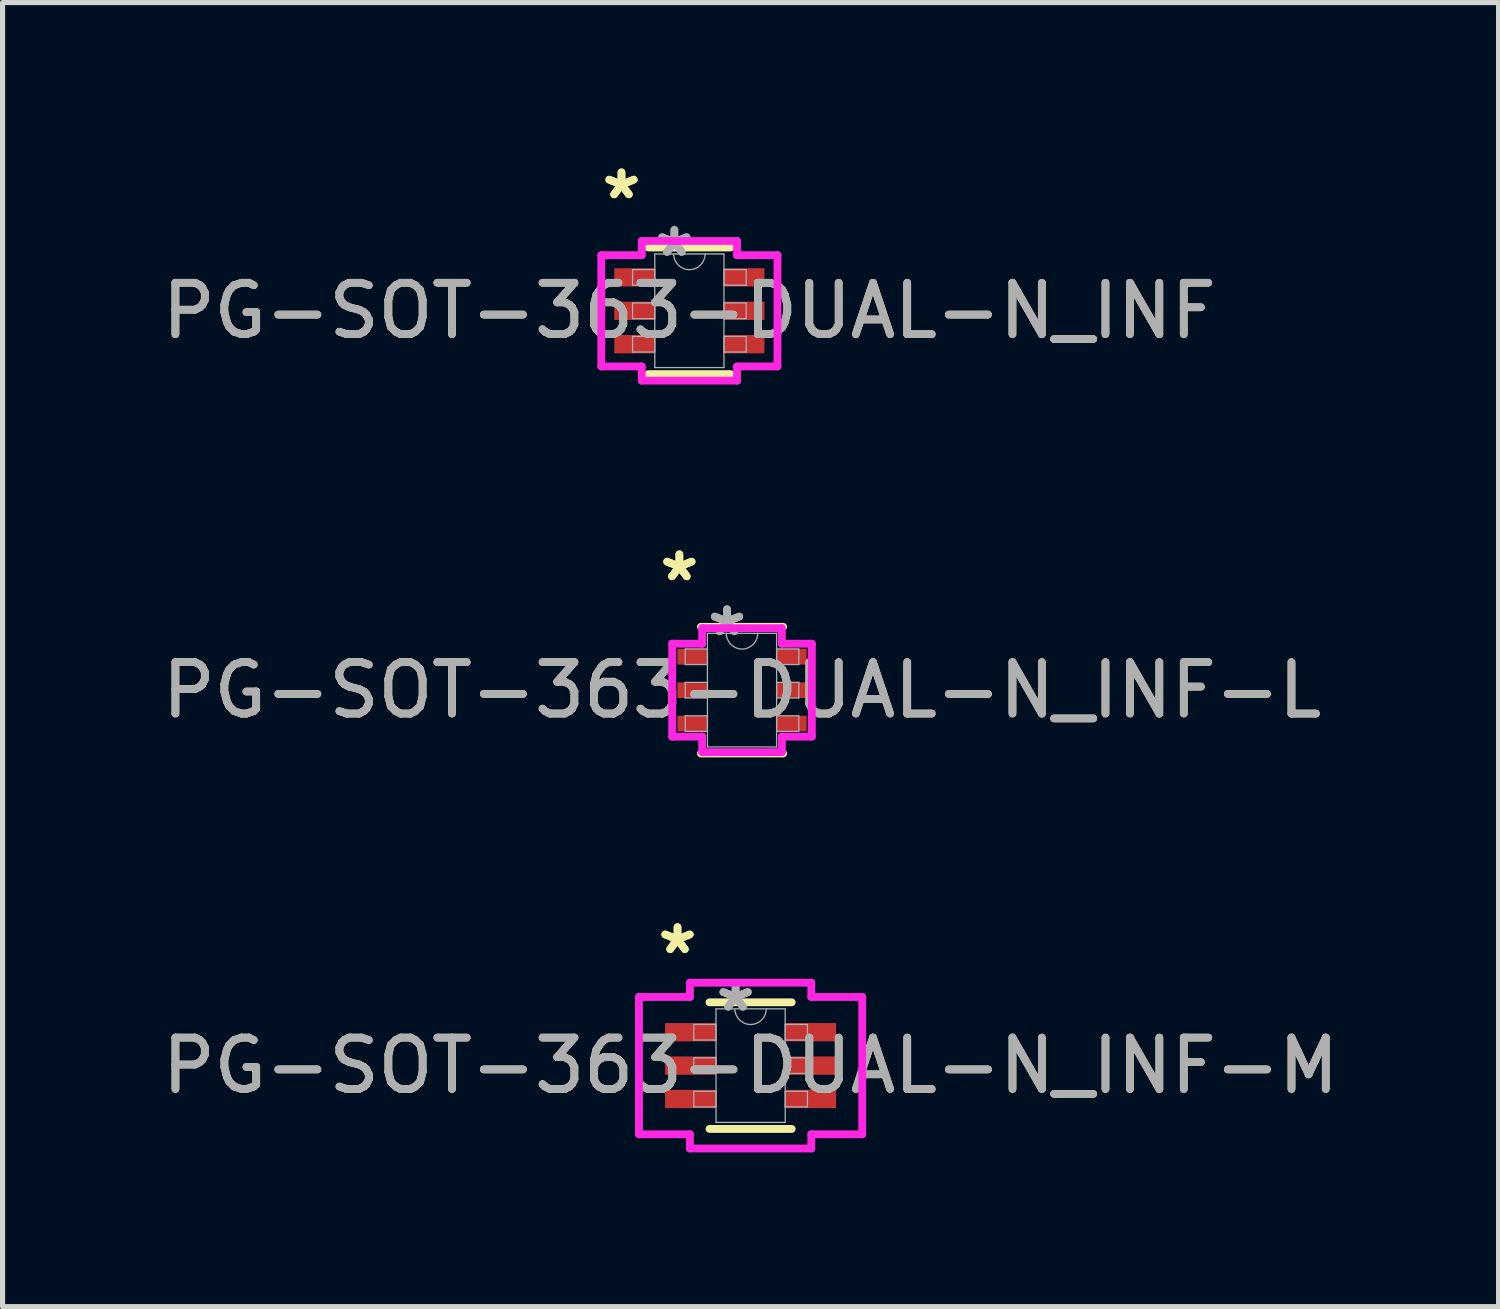
<source format=kicad_pcb>
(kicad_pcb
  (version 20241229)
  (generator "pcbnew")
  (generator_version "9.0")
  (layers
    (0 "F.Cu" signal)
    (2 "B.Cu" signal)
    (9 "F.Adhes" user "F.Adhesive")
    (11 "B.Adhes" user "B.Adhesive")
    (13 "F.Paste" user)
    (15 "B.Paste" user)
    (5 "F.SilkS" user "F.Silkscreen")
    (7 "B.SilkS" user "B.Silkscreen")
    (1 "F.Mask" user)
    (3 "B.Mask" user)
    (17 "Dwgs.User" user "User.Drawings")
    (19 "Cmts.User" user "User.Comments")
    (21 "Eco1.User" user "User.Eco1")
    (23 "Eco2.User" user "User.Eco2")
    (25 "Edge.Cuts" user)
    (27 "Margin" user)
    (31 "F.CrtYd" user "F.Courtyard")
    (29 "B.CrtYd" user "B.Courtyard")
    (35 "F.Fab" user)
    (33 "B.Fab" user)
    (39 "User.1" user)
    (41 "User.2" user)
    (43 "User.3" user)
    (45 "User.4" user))
  (footprint "PG-SOT-363-DUAL-N_INF-L"
    (layer "F.Cu")
    (at 11.387 10.378)
    (property "Reference" "PG-SOT-363-DUAL-N_INF-L" (at 0 0 0) (unlocked yes) (layer "F.SilkS") (effects (font (size 1 1) (thickness 0.15))))
    (attr smd)
    (fp_line (start -0.8 1.232) (end 0.8 1.232) (stroke (width 0.152) (type solid)) (layer "F.SilkS"))
    (fp_line (start 0.8 -1.232) (end -0.8 -1.232) (stroke (width 0.152) (type solid)) (layer "F.SilkS"))
    (fp_line (start -1.359 -0.904) (end -0.775 -0.904) (stroke (width 0.152) (type solid)) (layer "F.CrtYd"))
    (fp_line (start -1.359 0.904) (end -1.359 -0.904) (stroke (width 0.152) (type solid)) (layer "F.CrtYd"))
    (fp_line (start -1.359 0.904) (end -0.775 0.904) (stroke (width 0.152) (type solid)) (layer "F.CrtYd"))
    (fp_line (start -0.775 -1.206) (end 0.775 -1.206) (stroke (width 0.152) (type solid)) (layer "F.CrtYd"))
    (fp_line (start -0.775 -0.904) (end -0.775 -1.206) (stroke (width 0.152) (type solid)) (layer "F.CrtYd"))
    (fp_line (start -0.775 1.206) (end -0.775 0.904) (stroke (width 0.152) (type solid)) (layer "F.CrtYd"))
    (fp_line (start 0.775 -1.206) (end 0.775 -0.904) (stroke (width 0.152) (type solid)) (layer "F.CrtYd"))
    (fp_line (start 0.775 0.904) (end 0.775 1.206) (stroke (width 0.152) (type solid)) (layer "F.CrtYd"))
    (fp_line (start 0.775 1.206) (end -0.775 1.206) (stroke (width 0.152) (type solid)) (layer "F.CrtYd"))
    (fp_line (start 1.359 -0.904) (end 0.775 -0.904) (stroke (width 0.152) (type solid)) (layer "F.CrtYd"))
    (fp_line (start 1.359 -0.904) (end 1.359 0.904) (stroke (width 0.152) (type solid)) (layer "F.CrtYd"))
    (fp_line (start 1.359 0.904) (end 0.775 0.904) (stroke (width 0.152) (type solid)) (layer "F.CrtYd"))
    (fp_line (start -1.105 -0.802) (end -1.105 -0.498) (stroke (width 0.025) (type solid)) (layer "F.Fab"))
    (fp_line (start -1.105 -0.498) (end -0.673 -0.498) (stroke (width 0.025) (type solid)) (layer "F.Fab"))
    (fp_line (start -1.105 -0.152) (end -1.105 0.152) (stroke (width 0.025) (type solid)) (layer "F.Fab"))
    (fp_line (start -1.105 0.152) (end -0.673 0.152) (stroke (width 0.025) (type solid)) (layer "F.Fab"))
    (fp_line (start -1.105 0.498) (end -1.105 0.802) (stroke (width 0.025) (type solid)) (layer "F.Fab"))
    (fp_line (start -1.105 0.802) (end -0.673 0.802) (stroke (width 0.025) (type solid)) (layer "F.Fab"))
    (fp_line (start -0.673 -1.105) (end -0.673 1.105) (stroke (width 0.025) (type solid)) (layer "F.Fab"))
    (fp_line (start -0.673 -0.802) (end -1.105 -0.802) (stroke (width 0.025) (type solid)) (layer "F.Fab"))
    (fp_line (start -0.673 -0.498) (end -0.673 -0.802) (stroke (width 0.025) (type solid)) (layer "F.Fab"))
    (fp_line (start -0.673 -0.152) (end -1.105 -0.152) (stroke (width 0.025) (type solid)) (layer "F.Fab"))
    (fp_line (start -0.673 0.152) (end -0.673 -0.152) (stroke (width 0.025) (type solid)) (layer "F.Fab"))
    (fp_line (start -0.673 0.498) (end -1.105 0.498) (stroke (width 0.025) (type solid)) (layer "F.Fab"))
    (fp_line (start -0.673 0.802) (end -0.673 0.498) (stroke (width 0.025) (type solid)) (layer "F.Fab"))
    (fp_line (start -0.673 1.105) (end 0.673 1.105) (stroke (width 0.025) (type solid)) (layer "F.Fab"))
    (fp_line (start 0.673 -1.105) (end -0.673 -1.105) (stroke (width 0.025) (type solid)) (layer "F.Fab"))
    (fp_line (start 0.673 -0.802) (end 0.673 -0.498) (stroke (width 0.025) (type solid)) (layer "F.Fab"))
    (fp_line (start 0.673 -0.498) (end 1.105 -0.498) (stroke (width 0.025) (type solid)) (layer "F.Fab"))
    (fp_line (start 0.673 -0.152) (end 0.673 0.152) (stroke (width 0.025) (type solid)) (layer "F.Fab"))
    (fp_line (start 0.673 0.152) (end 1.105 0.152) (stroke (width 0.025) (type solid)) (layer "F.Fab"))
    (fp_line (start 0.673 0.498) (end 0.673 0.802) (stroke (width 0.025) (type solid)) (layer "F.Fab"))
    (fp_line (start 0.673 0.802) (end 1.105 0.802) (stroke (width 0.025) (type solid)) (layer "F.Fab"))
    (fp_line (start 0.673 1.105) (end 0.673 -1.105) (stroke (width 0.025) (type solid)) (layer "F.Fab"))
    (fp_line (start 1.105 -0.802) (end 0.673 -0.802) (stroke (width 0.025) (type solid)) (layer "F.Fab"))
    (fp_line (start 1.105 -0.498) (end 1.105 -0.802) (stroke (width 0.025) (type solid)) (layer "F.Fab"))
    (fp_line (start 1.105 -0.152) (end 0.673 -0.152) (stroke (width 0.025) (type solid)) (layer "F.Fab"))
    (fp_line (start 1.105 0.152) (end 1.105 -0.152) (stroke (width 0.025) (type solid)) (layer "F.Fab"))
    (fp_line (start 1.105 0.498) (end 0.673 0.498) (stroke (width 0.025) (type solid)) (layer "F.Fab"))
    (fp_line (start 1.105 0.802) (end 1.105 0.498) (stroke (width 0.025) (type solid)) (layer "F.Fab"))
    (fp_arc (start 0.3048 -1.1049) (mid 0 -0.8001) (end -0.3048 -1.1049) (stroke (width 0.0254) (type solid)) (layer "F.Fab"))
    (fp_text user "*" (at -1.219 -2.098 0) (unlocked yes) (layer "F.SilkS") (effects (font (size 1 1) (thickness 0.15))))
    (fp_text user "*" (at -1.219 -2.098 0) (layer "F.SilkS") (effects (font (size 1 1) (thickness 0.15))))
    (fp_text user "*" (at -0.292 -1.029 0) (layer "F.Fab") (effects (font (size 1 1) (thickness 0.15))))
    (fp_text user "${REFERENCE}" (at 0 0 0) (unlocked yes) (layer "F.Fab") (effects (font (size 1 1) (thickness 0.15))))
    (fp_text user "*" (at -0.292 -1.029 0) (unlocked yes) (layer "F.Fab") (effects (font (size 1 1) (thickness 0.15))))
    (pad "1" smd rect (at -0.965 -0.65) (size 0.584 0.305) (layers "F.Cu" "F.Mask" "F.Paste"))
    (pad "2" smd rect (at -0.965 0) (size 0.584 0.305) (layers "F.Cu" "F.Mask" "F.Paste"))
    (pad "3" smd rect (at -0.965 0.65) (size 0.584 0.305) (layers "F.Cu" "F.Mask" "F.Paste"))
    (pad "4" smd rect (at 0.965 0.65) (size 0.584 0.305) (layers "F.Cu" "F.Mask" "F.Paste"))
    (pad "5" smd rect (at 0.965 0) (size 0.584 0.305) (layers "F.Cu" "F.Mask" "F.Paste"))
    (pad "6" smd rect (at 0.965 -0.65) (size 0.584 0.305) (layers "F.Cu" "F.Mask" "F.Paste")))
  (footprint "PG-SOT-363-DUAL-N_INF-M"
    (layer "F.Cu")
    (at 11.554 17.683)
    (property "Reference" "PG-SOT-363-DUAL-N_INF-M" (at 0 0 0) (unlocked yes) (layer "F.SilkS") (effects (font (size 1 1) (thickness 0.15))))
    (attr smd)
    (fp_line (start -0.8 1.232) (end 0.8 1.232) (stroke (width 0.152) (type solid)) (layer "F.SilkS"))
    (fp_line (start 0.8 -1.232) (end -0.8 -1.232) (stroke (width 0.152) (type solid)) (layer "F.SilkS"))
    (fp_line (start -2.172 -1.336) (end -1.181 -1.336) (stroke (width 0.152) (type solid)) (layer "F.CrtYd"))
    (fp_line (start -2.172 1.336) (end -2.172 -1.336) (stroke (width 0.152) (type solid)) (layer "F.CrtYd"))
    (fp_line (start -2.172 1.336) (end -1.181 1.336) (stroke (width 0.152) (type solid)) (layer "F.CrtYd"))
    (fp_line (start -1.181 -1.613) (end 1.181 -1.613) (stroke (width 0.152) (type solid)) (layer "F.CrtYd"))
    (fp_line (start -1.181 -1.336) (end -1.181 -1.613) (stroke (width 0.152) (type solid)) (layer "F.CrtYd"))
    (fp_line (start -1.181 1.613) (end -1.181 1.336) (stroke (width 0.152) (type solid)) (layer "F.CrtYd"))
    (fp_line (start 1.181 -1.613) (end 1.181 -1.336) (stroke (width 0.152) (type solid)) (layer "F.CrtYd"))
    (fp_line (start 1.181 1.336) (end 1.181 1.613) (stroke (width 0.152) (type solid)) (layer "F.CrtYd"))
    (fp_line (start 1.181 1.613) (end -1.181 1.613) (stroke (width 0.152) (type solid)) (layer "F.CrtYd"))
    (fp_line (start 2.172 -1.336) (end 1.181 -1.336) (stroke (width 0.152) (type solid)) (layer "F.CrtYd"))
    (fp_line (start 2.172 -1.336) (end 2.172 1.336) (stroke (width 0.152) (type solid)) (layer "F.CrtYd"))
    (fp_line (start 2.172 1.336) (end 1.181 1.336) (stroke (width 0.152) (type solid)) (layer "F.CrtYd"))
    (fp_line (start -1.105 -0.802) (end -1.105 -0.498) (stroke (width 0.025) (type solid)) (layer "F.Fab"))
    (fp_line (start -1.105 -0.498) (end -0.673 -0.498) (stroke (width 0.025) (type solid)) (layer "F.Fab"))
    (fp_line (start -1.105 -0.152) (end -1.105 0.152) (stroke (width 0.025) (type solid)) (layer "F.Fab"))
    (fp_line (start -1.105 0.152) (end -0.673 0.152) (stroke (width 0.025) (type solid)) (layer "F.Fab"))
    (fp_line (start -1.105 0.498) (end -1.105 0.802) (stroke (width 0.025) (type solid)) (layer "F.Fab"))
    (fp_line (start -1.105 0.802) (end -0.673 0.802) (stroke (width 0.025) (type solid)) (layer "F.Fab"))
    (fp_line (start -0.673 -1.105) (end -0.673 1.105) (stroke (width 0.025) (type solid)) (layer "F.Fab"))
    (fp_line (start -0.673 -0.802) (end -1.105 -0.802) (stroke (width 0.025) (type solid)) (layer "F.Fab"))
    (fp_line (start -0.673 -0.498) (end -0.673 -0.802) (stroke (width 0.025) (type solid)) (layer "F.Fab"))
    (fp_line (start -0.673 -0.152) (end -1.105 -0.152) (stroke (width 0.025) (type solid)) (layer "F.Fab"))
    (fp_line (start -0.673 0.152) (end -0.673 -0.152) (stroke (width 0.025) (type solid)) (layer "F.Fab"))
    (fp_line (start -0.673 0.498) (end -1.105 0.498) (stroke (width 0.025) (type solid)) (layer "F.Fab"))
    (fp_line (start -0.673 0.802) (end -0.673 0.498) (stroke (width 0.025) (type solid)) (layer "F.Fab"))
    (fp_line (start -0.673 1.105) (end 0.673 1.105) (stroke (width 0.025) (type solid)) (layer "F.Fab"))
    (fp_line (start 0.673 -1.105) (end -0.673 -1.105) (stroke (width 0.025) (type solid)) (layer "F.Fab"))
    (fp_line (start 0.673 -0.802) (end 0.673 -0.498) (stroke (width 0.025) (type solid)) (layer "F.Fab"))
    (fp_line (start 0.673 -0.498) (end 1.105 -0.498) (stroke (width 0.025) (type solid)) (layer "F.Fab"))
    (fp_line (start 0.673 -0.152) (end 0.673 0.152) (stroke (width 0.025) (type solid)) (layer "F.Fab"))
    (fp_line (start 0.673 0.152) (end 1.105 0.152) (stroke (width 0.025) (type solid)) (layer "F.Fab"))
    (fp_line (start 0.673 0.498) (end 0.673 0.802) (stroke (width 0.025) (type solid)) (layer "F.Fab"))
    (fp_line (start 0.673 0.802) (end 1.105 0.802) (stroke (width 0.025) (type solid)) (layer "F.Fab"))
    (fp_line (start 0.673 1.105) (end 0.673 -1.105) (stroke (width 0.025) (type solid)) (layer "F.Fab"))
    (fp_line (start 1.105 -0.802) (end 0.673 -0.802) (stroke (width 0.025) (type solid)) (layer "F.Fab"))
    (fp_line (start 1.105 -0.498) (end 1.105 -0.802) (stroke (width 0.025) (type solid)) (layer "F.Fab"))
    (fp_line (start 1.105 -0.152) (end 0.673 -0.152) (stroke (width 0.025) (type solid)) (layer "F.Fab"))
    (fp_line (start 1.105 0.152) (end 1.105 -0.152) (stroke (width 0.025) (type solid)) (layer "F.Fab"))
    (fp_line (start 1.105 0.498) (end 0.673 0.498) (stroke (width 0.025) (type solid)) (layer "F.Fab"))
    (fp_line (start 1.105 0.802) (end 1.105 0.498) (stroke (width 0.025) (type solid)) (layer "F.Fab"))
    (fp_arc (start 0.3048 -1.1049) (mid 0 -0.8001) (end -0.3048 -1.1049) (stroke (width 0.0254) (type solid)) (layer "F.Fab"))
    (fp_text user "*" (at -1.422 -2.149 0) (layer "F.SilkS") (effects (font (size 1 1) (thickness 0.15))))
    (fp_text user "*" (at -1.422 -2.149 0) (unlocked yes) (layer "F.SilkS") (effects (font (size 1 1) (thickness 0.15))))
    (fp_text user "*" (at -0.292 -1.029 0) (layer "F.Fab") (effects (font (size 1 1) (thickness 0.15))))
    (fp_text user "${REFERENCE}" (at 0 0 0) (unlocked yes) (layer "F.Fab") (effects (font (size 1 1) (thickness 0.15))))
    (fp_text user "*" (at -0.292 -1.029 0) (unlocked yes) (layer "F.Fab") (effects (font (size 1 1) (thickness 0.15))))
    (pad "1" smd rect (at -1.168 -0.65) (size 0.991 0.356) (layers "F.Cu" "F.Mask" "F.Paste"))
    (pad "2" smd rect (at -1.168 0) (size 0.991 0.356) (layers "F.Cu" "F.Mask" "F.Paste"))
    (pad "3" smd rect (at -1.168 0.65) (size 0.991 0.356) (layers "F.Cu" "F.Mask" "F.Paste"))
    (pad "4" smd rect (at 1.168 0.65) (size 0.991 0.356) (layers "F.Cu" "F.Mask" "F.Paste"))
    (pad "5" smd rect (at 1.168 0) (size 0.991 0.356) (layers "F.Cu" "F.Mask" "F.Paste"))
    (pad "6" smd rect (at 1.168 -0.65) (size 0.991 0.356) (layers "F.Cu" "F.Mask" "F.Paste")))
  (footprint "PG-SOT-363-DUAL-N_INF"
    (layer "F.Cu")
    (at 10.363 2.997)
    (property "Reference" "PG-SOT-363-DUAL-N_INF" (at 0 0 0) (unlocked yes) (layer "F.SilkS") (effects (font (size 1 1) (thickness 0.15))))
    (attr smd)
    (fp_line (start -0.8 1.232) (end 0.8 1.232) (stroke (width 0.152) (type solid)) (layer "F.SilkS"))
    (fp_line (start 0.8 -1.232) (end -0.8 -1.232) (stroke (width 0.152) (type solid)) (layer "F.SilkS"))
    (fp_line (start -1.714 -1.082) (end -0.927 -1.082) (stroke (width 0.152) (type solid)) (layer "F.CrtYd"))
    (fp_line (start -1.714 1.082) (end -1.714 -1.082) (stroke (width 0.152) (type solid)) (layer "F.CrtYd"))
    (fp_line (start -1.714 1.082) (end -0.927 1.082) (stroke (width 0.152) (type solid)) (layer "F.CrtYd"))
    (fp_line (start -0.927 -1.359) (end 0.927 -1.359) (stroke (width 0.152) (type solid)) (layer "F.CrtYd"))
    (fp_line (start -0.927 -1.082) (end -0.927 -1.359) (stroke (width 0.152) (type solid)) (layer "F.CrtYd"))
    (fp_line (start -0.927 1.359) (end -0.927 1.082) (stroke (width 0.152) (type solid)) (layer "F.CrtYd"))
    (fp_line (start 0.927 -1.359) (end 0.927 -1.082) (stroke (width 0.152) (type solid)) (layer "F.CrtYd"))
    (fp_line (start 0.927 1.082) (end 0.927 1.359) (stroke (width 0.152) (type solid)) (layer "F.CrtYd"))
    (fp_line (start 0.927 1.359) (end -0.927 1.359) (stroke (width 0.152) (type solid)) (layer "F.CrtYd"))
    (fp_line (start 1.714 -1.082) (end 0.927 -1.082) (stroke (width 0.152) (type solid)) (layer "F.CrtYd"))
    (fp_line (start 1.714 -1.082) (end 1.714 1.082) (stroke (width 0.152) (type solid)) (layer "F.CrtYd"))
    (fp_line (start 1.714 1.082) (end 0.927 1.082) (stroke (width 0.152) (type solid)) (layer "F.CrtYd"))
    (fp_line (start -1.105 -0.802) (end -1.105 -0.498) (stroke (width 0.025) (type solid)) (layer "F.Fab"))
    (fp_line (start -1.105 -0.498) (end -0.673 -0.498) (stroke (width 0.025) (type solid)) (layer "F.Fab"))
    (fp_line (start -1.105 -0.152) (end -1.105 0.152) (stroke (width 0.025) (type solid)) (layer "F.Fab"))
    (fp_line (start -1.105 0.152) (end -0.673 0.152) (stroke (width 0.025) (type solid)) (layer "F.Fab"))
    (fp_line (start -1.105 0.498) (end -1.105 0.802) (stroke (width 0.025) (type solid)) (layer "F.Fab"))
    (fp_line (start -1.105 0.802) (end -0.673 0.802) (stroke (width 0.025) (type solid)) (layer "F.Fab"))
    (fp_line (start -0.673 -1.105) (end -0.673 1.105) (stroke (width 0.025) (type solid)) (layer "F.Fab"))
    (fp_line (start -0.673 -0.802) (end -1.105 -0.802) (stroke (width 0.025) (type solid)) (layer "F.Fab"))
    (fp_line (start -0.673 -0.498) (end -0.673 -0.802) (stroke (width 0.025) (type solid)) (layer "F.Fab"))
    (fp_line (start -0.673 -0.152) (end -1.105 -0.152) (stroke (width 0.025) (type solid)) (layer "F.Fab"))
    (fp_line (start -0.673 0.152) (end -0.673 -0.152) (stroke (width 0.025) (type solid)) (layer "F.Fab"))
    (fp_line (start -0.673 0.498) (end -1.105 0.498) (stroke (width 0.025) (type solid)) (layer "F.Fab"))
    (fp_line (start -0.673 0.802) (end -0.673 0.498) (stroke (width 0.025) (type solid)) (layer "F.Fab"))
    (fp_line (start -0.673 1.105) (end 0.673 1.105) (stroke (width 0.025) (type solid)) (layer "F.Fab"))
    (fp_line (start 0.673 -1.105) (end -0.673 -1.105) (stroke (width 0.025) (type solid)) (layer "F.Fab"))
    (fp_line (start 0.673 -0.802) (end 0.673 -0.498) (stroke (width 0.025) (type solid)) (layer "F.Fab"))
    (fp_line (start 0.673 -0.498) (end 1.105 -0.498) (stroke (width 0.025) (type solid)) (layer "F.Fab"))
    (fp_line (start 0.673 -0.152) (end 0.673 0.152) (stroke (width 0.025) (type solid)) (layer "F.Fab"))
    (fp_line (start 0.673 0.152) (end 1.105 0.152) (stroke (width 0.025) (type solid)) (layer "F.Fab"))
    (fp_line (start 0.673 0.498) (end 0.673 0.802) (stroke (width 0.025) (type solid)) (layer "F.Fab"))
    (fp_line (start 0.673 0.802) (end 1.105 0.802) (stroke (width 0.025) (type solid)) (layer "F.Fab"))
    (fp_line (start 0.673 1.105) (end 0.673 -1.105) (stroke (width 0.025) (type solid)) (layer "F.Fab"))
    (fp_line (start 1.105 -0.802) (end 0.673 -0.802) (stroke (width 0.025) (type solid)) (layer "F.Fab"))
    (fp_line (start 1.105 -0.498) (end 1.105 -0.802) (stroke (width 0.025) (type solid)) (layer "F.Fab"))
    (fp_line (start 1.105 -0.152) (end 0.673 -0.152) (stroke (width 0.025) (type solid)) (layer "F.Fab"))
    (fp_line (start 1.105 0.152) (end 1.105 -0.152) (stroke (width 0.025) (type solid)) (layer "F.Fab"))
    (fp_line (start 1.105 0.498) (end 0.673 0.498) (stroke (width 0.025) (type solid)) (layer "F.Fab"))
    (fp_line (start 1.105 0.802) (end 1.105 0.498) (stroke (width 0.025) (type solid)) (layer "F.Fab"))
    (fp_arc (start 0.3048 -1.1049) (mid 0 -0.8001) (end -0.3048 -1.1049) (stroke (width 0.0254) (type solid)) (layer "F.Fab"))
    (fp_text user "*" (at -1.321 -2.149 0) (unlocked yes) (layer "F.SilkS") (effects (font (size 1 1) (thickness 0.15))))
    (fp_text user "*" (at -1.321 -2.149 0) (layer "F.SilkS") (effects (font (size 1 1) (thickness 0.15))))
    (fp_text user "*" (at -0.292 -1.029 0) (layer "F.Fab") (effects (font (size 1 1) (thickness 0.15))))
    (fp_text user "${REFERENCE}" (at 0 0 0) (unlocked yes) (layer "F.Fab") (effects (font (size 1 1) (thickness 0.15))))
    (fp_text user "*" (at -0.292 -1.029 0) (unlocked yes) (layer "F.Fab") (effects (font (size 1 1) (thickness 0.15))))
    (pad "1" smd rect (at -1.067 -0.65) (size 0.787 0.356) (layers "F.Cu" "F.Mask" "F.Paste"))
    (pad "2" smd rect (at -1.067 0) (size 0.787 0.356) (layers "F.Cu" "F.Mask" "F.Paste"))
    (pad "3" smd rect (at -1.067 0.65) (size 0.787 0.356) (layers "F.Cu" "F.Mask" "F.Paste"))
    (pad "4" smd rect (at 1.067 0.65) (size 0.787 0.356) (layers "F.Cu" "F.Mask" "F.Paste"))
    (pad "5" smd rect (at 1.067 0) (size 0.787 0.356) (layers "F.Cu" "F.Mask" "F.Paste"))
    (pad "6" smd rect (at 1.067 -0.65) (size 0.787 0.356) (layers "F.Cu" "F.Mask" "F.Paste")))
  (gr_rect
    (start -3 -3)
    (end 26.107 22.372)
    (stroke (width 0.1) (type default))
    (fill no)
    (layer "Edge.Cuts")))
</source>
